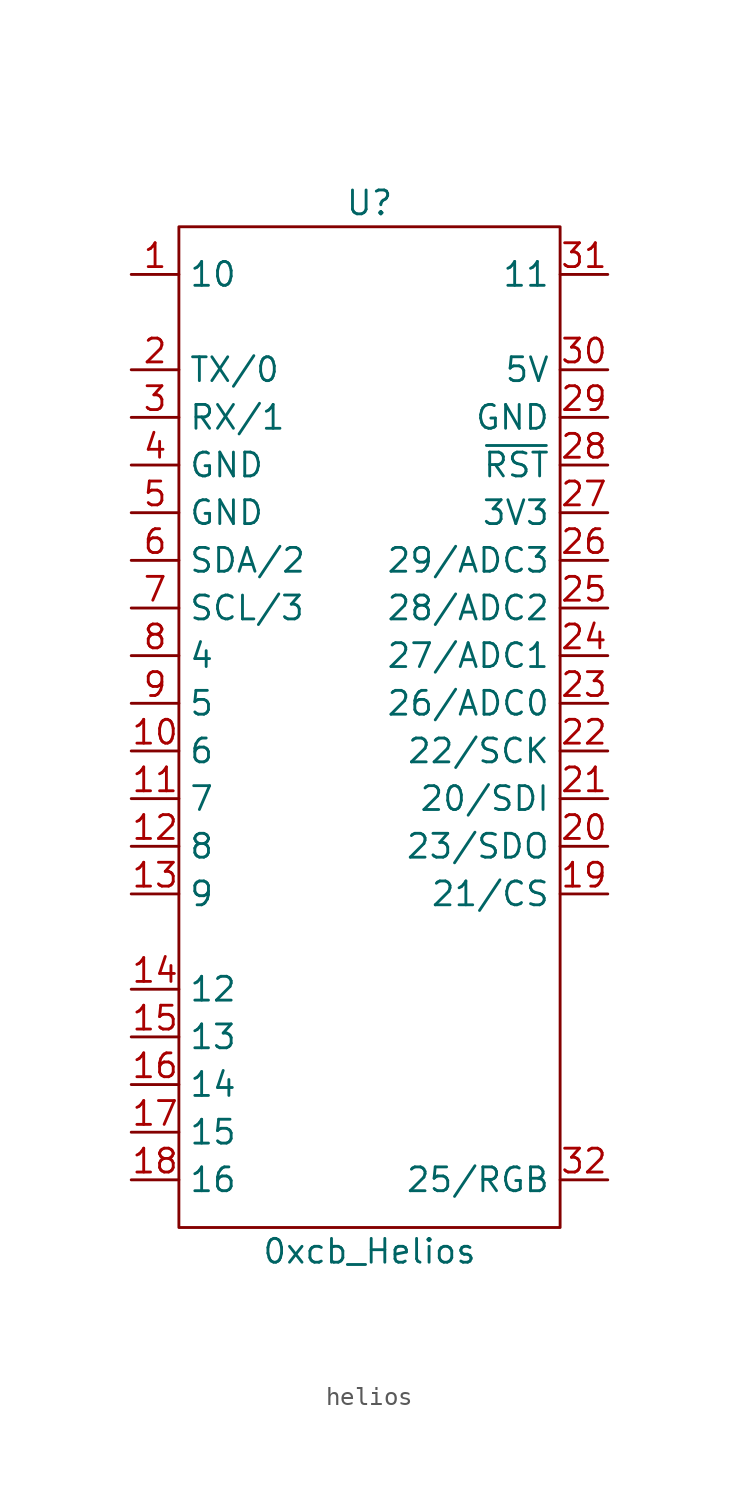
<source format=kicad_sym>
(kicad_symbol_lib
  (version 20220914)
  (generator kicad_symbol_editor)
  (symbol "helios"
    (property "Reference" "U"
      (at 0 27.94 0)
      (effects (font (size 1.27 1.27))))
    (property "Value" "0xcb_Helios"
      (at 0 -27.94 0)
      (effects (font (size 1.27 1.27))))
    (symbol "helios_0_1"
      (polyline (pts (xy -10.16 26.67) (xy -10.16 -26.67) (xy 10.16 -26.67) (xy 10.16 26.67) (xy -10.16 26.67)) (stroke (width 0) (type default)) (fill (type none))))
    (symbol "helios_1_1"
      (pin bidirectional line (at -12.7 24.13 0) (length 2.54) (name "10" (effects (font (size 1.27 1.27)))) (number "1" (effects (font (size 1.27 1.27)))))
      (pin bidirectional line (at -12.7 -1.27 0) (length 2.54) (name "6" (effects (font (size 1.27 1.27)))) (number "10" (effects (font (size 1.27 1.27)))))
      (pin bidirectional line (at -12.7 -3.81 0) (length 2.54) (name "7" (effects (font (size 1.27 1.27)))) (number "11" (effects (font (size 1.27 1.27)))))
      (pin bidirectional line (at -12.7 -6.35 0) (length 2.54) (name "8" (effects (font (size 1.27 1.27)))) (number "12" (effects (font (size 1.27 1.27)))))
      (pin bidirectional line (at -12.7 -8.89 0) (length 2.54) (name "9" (effects (font (size 1.27 1.27)))) (number "13" (effects (font (size 1.27 1.27)))))
      (pin bidirectional line (at -12.7 -13.97 0) (length 2.54) (name "12" (effects (font (size 1.27 1.27)))) (number "14" (effects (font (size 1.27 1.27)))))
      (pin bidirectional line (at -12.7 -16.51 0) (length 2.54) (name "13" (effects (font (size 1.27 1.27)))) (number "15" (effects (font (size 1.27 1.27)))))
      (pin bidirectional line (at -12.7 -19.05 0) (length 2.54) (name "14" (effects (font (size 1.27 1.27)))) (number "16" (effects (font (size 1.27 1.27)))))
      (pin bidirectional line (at -12.7 -21.59 0) (length 2.54) (name "15" (effects (font (size 1.27 1.27)))) (number "17" (effects (font (size 1.27 1.27)))))
      (pin bidirectional line (at -12.7 -24.13 0) (length 2.54) (name "16" (effects (font (size 1.27 1.27)))) (number "18" (effects (font (size 1.27 1.27)))))
      (pin bidirectional line (at 12.7 -8.89 180) (length 2.54) (name "21/CS" (effects (font (size 1.27 1.27)))) (number "19" (effects (font (size 1.27 1.27)))))
      (pin bidirectional line (at -12.7 19.05 0) (length 2.54) (name "TX/0" (effects (font (size 1.27 1.27)))) (number "2" (effects (font (size 1.27 1.27)))))
      (pin bidirectional line (at 12.7 -6.35 180) (length 2.54) (name "23/SDO" (effects (font (size 1.27 1.27)))) (number "20" (effects (font (size 1.27 1.27)))))
      (pin bidirectional line (at 12.7 -3.81 180) (length 2.54) (name "20/SDI" (effects (font (size 1.27 1.27)))) (number "21" (effects (font (size 1.27 1.27)))))
      (pin bidirectional line (at 12.7 -1.27 180) (length 2.54) (name "22/SCK" (effects (font (size 1.27 1.27)))) (number "22" (effects (font (size 1.27 1.27)))))
      (pin bidirectional line (at 12.7 1.27 180) (length 2.54) (name "26/ADC0" (effects (font (size 1.27 1.27)))) (number "23" (effects (font (size 1.27 1.27)))))
      (pin bidirectional line (at 12.7 3.81 180) (length 2.54) (name "27/ADC1" (effects (font (size 1.27 1.27)))) (number "24" (effects (font (size 1.27 1.27)))))
      (pin bidirectional line (at 12.7 6.35 180) (length 2.54) (name "28/ADC2" (effects (font (size 1.27 1.27)))) (number "25" (effects (font (size 1.27 1.27)))))
      (pin bidirectional line (at 12.7 8.89 180) (length 2.54) (name "29/ADC3" (effects (font (size 1.27 1.27)))) (number "26" (effects (font (size 1.27 1.27)))))
      (pin power_in line (at 12.7 11.43 180) (length 2.54) (name "3V3" (effects (font (size 1.27 1.27)))) (number "27" (effects (font (size 1.27 1.27)))))
      (pin input line (at 12.7 13.97 180) (length 2.54) (name "~{RST}" (effects (font (size 1.27 1.27)))) (number "28" (effects (font (size 1.27 1.27)))))
      (pin power_in line (at 12.7 16.51 180) (length 2.54) (name "GND" (effects (font (size 1.27 1.27)))) (number "29" (effects (font (size 1.27 1.27)))))
      (pin bidirectional line (at -12.7 16.51 0) (length 2.54) (name "RX/1" (effects (font (size 1.27 1.27)))) (number "3" (effects (font (size 1.27 1.27)))))
      (pin power_in line (at 12.7 19.05 180) (length 2.54) (name "5V" (effects (font (size 1.27 1.27)))) (number "30" (effects (font (size 1.27 1.27)))))
      (pin bidirectional line (at 12.7 24.13 180) (length 2.54) (name "11" (effects (font (size 1.27 1.27)))) (number "31" (effects (font (size 1.27 1.27)))))
      (pin bidirectional line (at 12.7 -24.13 180) (length 2.54) (name "25/RGB" (effects (font (size 1.27 1.27)))) (number "32" (effects (font (size 1.27 1.27)))))
      (pin power_in line (at -12.7 13.97 0) (length 2.54) (name "GND" (effects (font (size 1.27 1.27)))) (number "4" (effects (font (size 1.27 1.27)))))
      (pin power_in line (at -12.7 11.43 0) (length 2.54) (name "GND" (effects (font (size 1.27 1.27)))) (number "5" (effects (font (size 1.27 1.27)))))
      (pin bidirectional line (at -12.7 8.89 0) (length 2.54) (name "SDA/2" (effects (font (size 1.27 1.27)))) (number "6" (effects (font (size 1.27 1.27)))))
      (pin bidirectional line (at -12.7 6.35 0) (length 2.54) (name "SCL/3" (effects (font (size 1.27 1.27)))) (number "7" (effects (font (size 1.27 1.27)))))
      (pin bidirectional line (at -12.7 3.81 0) (length 2.54) (name "4" (effects (font (size 1.27 1.27)))) (number "8" (effects (font (size 1.27 1.27)))))
      (pin bidirectional line (at -12.7 1.27 0) (length 2.54) (name "5" (effects (font (size 1.27 1.27)))) (number "9" (effects (font (size 1.27 1.27))))))))
</source>
